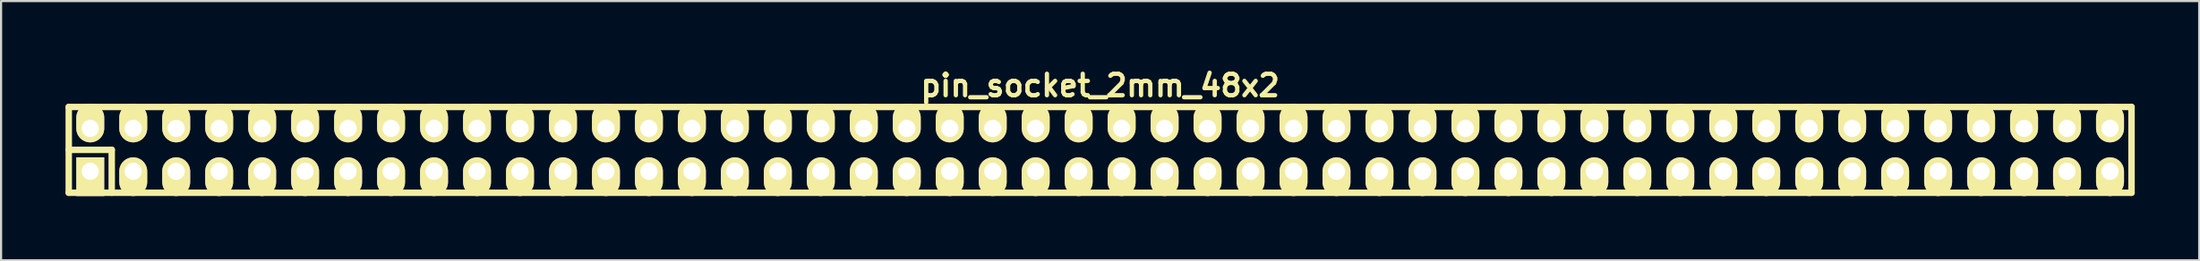
<source format=kicad_pcb>
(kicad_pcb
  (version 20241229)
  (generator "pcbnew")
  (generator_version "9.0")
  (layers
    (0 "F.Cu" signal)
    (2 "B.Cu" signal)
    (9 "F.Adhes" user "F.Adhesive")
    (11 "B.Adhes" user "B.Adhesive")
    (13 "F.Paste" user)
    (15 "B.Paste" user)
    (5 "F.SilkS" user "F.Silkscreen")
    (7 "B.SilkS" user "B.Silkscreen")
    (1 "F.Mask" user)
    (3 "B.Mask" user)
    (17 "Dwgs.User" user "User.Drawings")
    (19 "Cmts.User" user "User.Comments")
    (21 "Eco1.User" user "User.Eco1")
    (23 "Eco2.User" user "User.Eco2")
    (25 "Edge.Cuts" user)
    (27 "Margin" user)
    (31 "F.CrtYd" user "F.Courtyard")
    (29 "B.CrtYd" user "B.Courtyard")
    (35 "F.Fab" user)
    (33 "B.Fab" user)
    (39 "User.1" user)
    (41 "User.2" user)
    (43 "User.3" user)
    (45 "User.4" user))
  (footprint "pin_socket_2mm_48x2"
    (layer "F.Cu")
    (at 48.15 3.936)
    (property "Reference" "pin_socket_2mm_48x2" (at 0 -3 0) (layer "F.SilkS") (effects (font (size 1 1) (thickness 0.2))))
    (attr through_hole)
    (fp_line (start -48 -2) (end 48 -2) (stroke (width 0.3) (type solid)) (layer "F.SilkS"))
    (fp_line (start -48 0) (end -46 0) (stroke (width 0.3) (type solid)) (layer "F.SilkS"))
    (fp_line (start -48 2) (end -48 -2) (stroke (width 0.3) (type solid)) (layer "F.SilkS"))
    (fp_line (start -46 0) (end -46 2) (stroke (width 0.3) (type solid)) (layer "F.SilkS"))
    (fp_line (start 48 -2) (end 48 2) (stroke (width 0.3) (type solid)) (layer "F.SilkS"))
    (fp_line (start 48 2) (end -48 2) (stroke (width 0.3) (type solid)) (layer "F.SilkS"))
    (pad "1" thru_hole rect (at -47 1) (size 1.3 1.8) (drill 0.8 (offset 0 0.25)) (layers "*.Cu" "*.Mask" "F.SilkS"))
    (pad "2" thru_hole oval (at -47 -1) (size 1.3 1.8) (drill 0.8 (offset 0 -0.25)) (layers "*.Cu" "*.Mask" "F.SilkS"))
    (pad "3" thru_hole oval (at -45 1) (size 1.3 1.8) (drill 0.8 (offset 0 0.25)) (layers "*.Cu" "*.Mask" "F.SilkS"))
    (pad "4" thru_hole oval (at -45 -1) (size 1.3 1.8) (drill 0.8 (offset 0 -0.25)) (layers "*.Cu" "*.Mask" "F.SilkS"))
    (pad "5" thru_hole oval (at -43 1) (size 1.3 1.8) (drill 0.8 (offset 0 0.25)) (layers "*.Cu" "*.Mask" "F.SilkS"))
    (pad "6" thru_hole oval (at -43 -1) (size 1.3 1.8) (drill 0.8 (offset 0 -0.25)) (layers "*.Cu" "*.Mask" "F.SilkS"))
    (pad "7" thru_hole oval (at -41 1) (size 1.3 1.8) (drill 0.8 (offset 0 0.25)) (layers "*.Cu" "*.Mask" "F.SilkS"))
    (pad "8" thru_hole oval (at -41 -1) (size 1.3 1.8) (drill 0.8 (offset 0 -0.25)) (layers "*.Cu" "*.Mask" "F.SilkS"))
    (pad "9" thru_hole oval (at -39 1) (size 1.3 1.8) (drill 0.8 (offset 0 0.25)) (layers "*.Cu" "*.Mask" "F.SilkS"))
    (pad "10" thru_hole oval (at -39 -1) (size 1.3 1.8) (drill 0.8 (offset 0 -0.25)) (layers "*.Cu" "*.Mask" "F.SilkS"))
    (pad "11" thru_hole oval (at -37 1) (size 1.3 1.8) (drill 0.8 (offset 0 0.25)) (layers "*.Cu" "*.Mask" "F.SilkS"))
    (pad "12" thru_hole oval (at -37 -1) (size 1.3 1.8) (drill 0.8 (offset 0 -0.25)) (layers "*.Cu" "*.Mask" "F.SilkS"))
    (pad "13" thru_hole oval (at -35 1) (size 1.3 1.8) (drill 0.8 (offset 0 0.25)) (layers "*.Cu" "*.Mask" "F.SilkS"))
    (pad "14" thru_hole oval (at -35 -1) (size 1.3 1.8) (drill 0.8 (offset 0 -0.25)) (layers "*.Cu" "*.Mask" "F.SilkS"))
    (pad "15" thru_hole oval (at -33 1) (size 1.3 1.8) (drill 0.8 (offset 0 0.25)) (layers "*.Cu" "*.Mask" "F.SilkS"))
    (pad "16" thru_hole oval (at -33 -1) (size 1.3 1.8) (drill 0.8 (offset 0 -0.25)) (layers "*.Cu" "*.Mask" "F.SilkS"))
    (pad "17" thru_hole oval (at -31 1) (size 1.3 1.8) (drill 0.8 (offset 0 0.25)) (layers "*.Cu" "*.Mask" "F.SilkS"))
    (pad "18" thru_hole oval (at -31 -1) (size 1.3 1.8) (drill 0.8 (offset 0 -0.25)) (layers "*.Cu" "*.Mask" "F.SilkS"))
    (pad "19" thru_hole oval (at -29 1) (size 1.3 1.8) (drill 0.8 (offset 0 0.25)) (layers "*.Cu" "*.Mask" "F.SilkS"))
    (pad "20" thru_hole oval (at -29 -1) (size 1.3 1.8) (drill 0.8 (offset 0 -0.25)) (layers "*.Cu" "*.Mask" "F.SilkS"))
    (pad "21" thru_hole oval (at -27 1) (size 1.3 1.8) (drill 0.8 (offset 0 0.25)) (layers "*.Cu" "*.Mask" "F.SilkS"))
    (pad "22" thru_hole oval (at -27 -1) (size 1.3 1.8) (drill 0.8 (offset 0 -0.25)) (layers "*.Cu" "*.Mask" "F.SilkS"))
    (pad "23" thru_hole oval (at -25 1) (size 1.3 1.8) (drill 0.8 (offset 0 0.25)) (layers "*.Cu" "*.Mask" "F.SilkS"))
    (pad "24" thru_hole oval (at -25 -1) (size 1.3 1.8) (drill 0.8 (offset 0 -0.25)) (layers "*.Cu" "*.Mask" "F.SilkS"))
    (pad "25" thru_hole oval (at -23 1) (size 1.3 1.8) (drill 0.8 (offset 0 0.25)) (layers "*.Cu" "*.Mask" "F.SilkS"))
    (pad "26" thru_hole oval (at -23 -1) (size 1.3 1.8) (drill 0.8 (offset 0 -0.25)) (layers "*.Cu" "*.Mask" "F.SilkS"))
    (pad "27" thru_hole oval (at -21 1) (size 1.3 1.8) (drill 0.8 (offset 0 0.25)) (layers "*.Cu" "*.Mask" "F.SilkS"))
    (pad "28" thru_hole oval (at -21 -1) (size 1.3 1.8) (drill 0.8 (offset 0 -0.25)) (layers "*.Cu" "*.Mask" "F.SilkS"))
    (pad "29" thru_hole oval (at -19 1) (size 1.3 1.8) (drill 0.8 (offset 0 0.25)) (layers "*.Cu" "*.Mask" "F.SilkS"))
    (pad "30" thru_hole oval (at -19 -1) (size 1.3 1.8) (drill 0.8 (offset 0 -0.25)) (layers "*.Cu" "*.Mask" "F.SilkS"))
    (pad "31" thru_hole oval (at -17 1) (size 1.3 1.8) (drill 0.8 (offset 0 0.25)) (layers "*.Cu" "*.Mask" "F.SilkS"))
    (pad "32" thru_hole oval (at -17 -1) (size 1.3 1.8) (drill 0.8 (offset 0 -0.25)) (layers "*.Cu" "*.Mask" "F.SilkS"))
    (pad "33" thru_hole oval (at -15 1) (size 1.3 1.8) (drill 0.8 (offset 0 0.25)) (layers "*.Cu" "*.Mask" "F.SilkS"))
    (pad "34" thru_hole oval (at -15 -1) (size 1.3 1.8) (drill 0.8 (offset 0 -0.25)) (layers "*.Cu" "*.Mask" "F.SilkS"))
    (pad "35" thru_hole oval (at -13 1) (size 1.3 1.8) (drill 0.8 (offset 0 0.25)) (layers "*.Cu" "*.Mask" "F.SilkS"))
    (pad "36" thru_hole oval (at -13 -1) (size 1.3 1.8) (drill 0.8 (offset 0 -0.25)) (layers "*.Cu" "*.Mask" "F.SilkS"))
    (pad "37" thru_hole oval (at -11 1) (size 1.3 1.8) (drill 0.8 (offset 0 0.25)) (layers "*.Cu" "*.Mask" "F.SilkS"))
    (pad "38" thru_hole oval (at -11 -1) (size 1.3 1.8) (drill 0.8 (offset 0 -0.25)) (layers "*.Cu" "*.Mask" "F.SilkS"))
    (pad "39" thru_hole oval (at -9 1) (size 1.3 1.8) (drill 0.8 (offset 0 0.25)) (layers "*.Cu" "*.Mask" "F.SilkS"))
    (pad "40" thru_hole oval (at -9 -1) (size 1.3 1.8) (drill 0.8 (offset 0 -0.25)) (layers "*.Cu" "*.Mask" "F.SilkS"))
    (pad "41" thru_hole oval (at -7 1) (size 1.3 1.8) (drill 0.8 (offset 0 0.25)) (layers "*.Cu" "*.Mask" "F.SilkS"))
    (pad "42" thru_hole oval (at -7 -1) (size 1.3 1.8) (drill 0.8 (offset 0 -0.25)) (layers "*.Cu" "*.Mask" "F.SilkS"))
    (pad "43" thru_hole oval (at -5 1) (size 1.3 1.8) (drill 0.8 (offset 0 0.25)) (layers "*.Cu" "*.Mask" "F.SilkS"))
    (pad "44" thru_hole oval (at -5 -1) (size 1.3 1.8) (drill 0.8 (offset 0 -0.25)) (layers "*.Cu" "*.Mask" "F.SilkS"))
    (pad "45" thru_hole oval (at -3 1) (size 1.3 1.8) (drill 0.8 (offset 0 0.25)) (layers "*.Cu" "*.Mask" "F.SilkS"))
    (pad "46" thru_hole oval (at -3 -1) (size 1.3 1.8) (drill 0.8 (offset 0 -0.25)) (layers "*.Cu" "*.Mask" "F.SilkS"))
    (pad "47" thru_hole oval (at -1 1) (size 1.3 1.8) (drill 0.8 (offset 0 0.25)) (layers "*.Cu" "*.Mask" "F.SilkS"))
    (pad "48" thru_hole oval (at -1 -1) (size 1.3 1.8) (drill 0.8 (offset 0 -0.25)) (layers "*.Cu" "*.Mask" "F.SilkS"))
    (pad "49" thru_hole oval (at 1 1) (size 1.3 1.8) (drill 0.8 (offset 0 0.25)) (layers "*.Cu" "*.Mask" "F.SilkS"))
    (pad "50" thru_hole oval (at 1 -1) (size 1.3 1.8) (drill 0.8 (offset 0 -0.25)) (layers "*.Cu" "*.Mask" "F.SilkS"))
    (pad "51" thru_hole oval (at 3 1) (size 1.3 1.8) (drill 0.8 (offset 0 0.25)) (layers "*.Cu" "*.Mask" "F.SilkS"))
    (pad "52" thru_hole oval (at 3 -1) (size 1.3 1.8) (drill 0.8 (offset 0 -0.25)) (layers "*.Cu" "*.Mask" "F.SilkS"))
    (pad "53" thru_hole oval (at 5 1) (size 1.3 1.8) (drill 0.8 (offset 0 0.25)) (layers "*.Cu" "*.Mask" "F.SilkS"))
    (pad "54" thru_hole oval (at 5 -1) (size 1.3 1.8) (drill 0.8 (offset 0 -0.25)) (layers "*.Cu" "*.Mask" "F.SilkS"))
    (pad "55" thru_hole oval (at 7 1) (size 1.3 1.8) (drill 0.8 (offset 0 0.25)) (layers "*.Cu" "*.Mask" "F.SilkS"))
    (pad "56" thru_hole oval (at 7 -1) (size 1.3 1.8) (drill 0.8 (offset 0 -0.25)) (layers "*.Cu" "*.Mask" "F.SilkS"))
    (pad "57" thru_hole oval (at 9 1) (size 1.3 1.8) (drill 0.8 (offset 0 0.25)) (layers "*.Cu" "*.Mask" "F.SilkS"))
    (pad "58" thru_hole oval (at 9 -1) (size 1.3 1.8) (drill 0.8 (offset 0 -0.25)) (layers "*.Cu" "*.Mask" "F.SilkS"))
    (pad "59" thru_hole oval (at 11 1) (size 1.3 1.8) (drill 0.8 (offset 0 0.25)) (layers "*.Cu" "*.Mask" "F.SilkS"))
    (pad "60" thru_hole oval (at 11 -1) (size 1.3 1.8) (drill 0.8 (offset 0 -0.25)) (layers "*.Cu" "*.Mask" "F.SilkS"))
    (pad "61" thru_hole oval (at 13 1) (size 1.3 1.8) (drill 0.8 (offset 0 0.25)) (layers "*.Cu" "*.Mask" "F.SilkS"))
    (pad "62" thru_hole oval (at 13 -1) (size 1.3 1.8) (drill 0.8 (offset 0 -0.25)) (layers "*.Cu" "*.Mask" "F.SilkS"))
    (pad "63" thru_hole oval (at 15 1) (size 1.3 1.8) (drill 0.8 (offset 0 0.25)) (layers "*.Cu" "*.Mask" "F.SilkS"))
    (pad "64" thru_hole oval (at 15 -1) (size 1.3 1.8) (drill 0.8 (offset 0 -0.25)) (layers "*.Cu" "*.Mask" "F.SilkS"))
    (pad "65" thru_hole oval (at 17 1) (size 1.3 1.8) (drill 0.8 (offset 0 0.25)) (layers "*.Cu" "*.Mask" "F.SilkS"))
    (pad "66" thru_hole oval (at 17 -1) (size 1.3 1.8) (drill 0.8 (offset 0 -0.25)) (layers "*.Cu" "*.Mask" "F.SilkS"))
    (pad "67" thru_hole oval (at 19 1) (size 1.3 1.8) (drill 0.8 (offset 0 0.25)) (layers "*.Cu" "*.Mask" "F.SilkS"))
    (pad "68" thru_hole oval (at 19 -1) (size 1.3 1.8) (drill 0.8 (offset 0 -0.25)) (layers "*.Cu" "*.Mask" "F.SilkS"))
    (pad "69" thru_hole oval (at 21 1) (size 1.3 1.8) (drill 0.8 (offset 0 0.25)) (layers "*.Cu" "*.Mask" "F.SilkS"))
    (pad "70" thru_hole oval (at 21 -1) (size 1.3 1.8) (drill 0.8 (offset 0 -0.25)) (layers "*.Cu" "*.Mask" "F.SilkS"))
    (pad "71" thru_hole oval (at 23 1) (size 1.3 1.8) (drill 0.8 (offset 0 0.25)) (layers "*.Cu" "*.Mask" "F.SilkS"))
    (pad "72" thru_hole oval (at 23 -1) (size 1.3 1.8) (drill 0.8 (offset 0 -0.25)) (layers "*.Cu" "*.Mask" "F.SilkS"))
    (pad "73" thru_hole oval (at 25 1) (size 1.3 1.8) (drill 0.8 (offset 0 0.25)) (layers "*.Cu" "*.Mask" "F.SilkS"))
    (pad "74" thru_hole oval (at 25 -1) (size 1.3 1.8) (drill 0.8 (offset 0 -0.25)) (layers "*.Cu" "*.Mask" "F.SilkS"))
    (pad "75" thru_hole oval (at 27 1) (size 1.3 1.8) (drill 0.8 (offset 0 0.25)) (layers "*.Cu" "*.Mask" "F.SilkS"))
    (pad "76" thru_hole oval (at 27 -1) (size 1.3 1.8) (drill 0.8 (offset 0 -0.25)) (layers "*.Cu" "*.Mask" "F.SilkS"))
    (pad "77" thru_hole oval (at 29 1) (size 1.3 1.8) (drill 0.8 (offset 0 0.25)) (layers "*.Cu" "*.Mask" "F.SilkS"))
    (pad "78" thru_hole oval (at 29 -1) (size 1.3 1.8) (drill 0.8 (offset 0 -0.25)) (layers "*.Cu" "*.Mask" "F.SilkS"))
    (pad "79" thru_hole oval (at 31 1) (size 1.3 1.8) (drill 0.8 (offset 0 0.25)) (layers "*.Cu" "*.Mask" "F.SilkS"))
    (pad "80" thru_hole oval (at 31 -1) (size 1.3 1.8) (drill 0.8 (offset 0 -0.25)) (layers "*.Cu" "*.Mask" "F.SilkS"))
    (pad "81" thru_hole oval (at 33 1) (size 1.3 1.8) (drill 0.8 (offset 0 0.25)) (layers "*.Cu" "*.Mask" "F.SilkS"))
    (pad "82" thru_hole oval (at 33 -1) (size 1.3 1.8) (drill 0.8 (offset 0 -0.25)) (layers "*.Cu" "*.Mask" "F.SilkS"))
    (pad "83" thru_hole oval (at 35 1) (size 1.3 1.8) (drill 0.8 (offset 0 0.25)) (layers "*.Cu" "*.Mask" "F.SilkS"))
    (pad "84" thru_hole oval (at 35 -1) (size 1.3 1.8) (drill 0.8 (offset 0 -0.25)) (layers "*.Cu" "*.Mask" "F.SilkS"))
    (pad "85" thru_hole oval (at 37 1) (size 1.3 1.8) (drill 0.8 (offset 0 0.25)) (layers "*.Cu" "*.Mask" "F.SilkS"))
    (pad "86" thru_hole oval (at 37 -1) (size 1.3 1.8) (drill 0.8 (offset 0 -0.25)) (layers "*.Cu" "*.Mask" "F.SilkS"))
    (pad "87" thru_hole oval (at 39 1) (size 1.3 1.8) (drill 0.8 (offset 0 0.25)) (layers "*.Cu" "*.Mask" "F.SilkS"))
    (pad "88" thru_hole oval (at 39 -1) (size 1.3 1.8) (drill 0.8 (offset 0 -0.25)) (layers "*.Cu" "*.Mask" "F.SilkS"))
    (pad "89" thru_hole oval (at 41 1) (size 1.3 1.8) (drill 0.8 (offset 0 0.25)) (layers "*.Cu" "*.Mask" "F.SilkS"))
    (pad "90" thru_hole oval (at 41 -1) (size 1.3 1.8) (drill 0.8 (offset 0 -0.25)) (layers "*.Cu" "*.Mask" "F.SilkS"))
    (pad "91" thru_hole oval (at 43 1) (size 1.3 1.8) (drill 0.8 (offset 0 0.25)) (layers "*.Cu" "*.Mask" "F.SilkS"))
    (pad "92" thru_hole oval (at 43 -1) (size 1.3 1.8) (drill 0.8 (offset 0 -0.25)) (layers "*.Cu" "*.Mask" "F.SilkS"))
    (pad "93" thru_hole oval (at 45 1) (size 1.3 1.8) (drill 0.8 (offset 0 0.25)) (layers "*.Cu" "*.Mask" "F.SilkS"))
    (pad "94" thru_hole oval (at 45 -1) (size 1.3 1.8) (drill 0.8 (offset 0 -0.25)) (layers "*.Cu" "*.Mask" "F.SilkS"))
    (pad "95" thru_hole oval (at 47 1) (size 1.3 1.8) (drill 0.8 (offset 0 0.25)) (layers "*.Cu" "*.Mask" "F.SilkS"))
    (pad "96" thru_hole oval (at 47 -1) (size 1.3 1.8) (drill 0.8 (offset 0 -0.25)) (layers "*.Cu" "*.Mask" "F.SilkS")))
  (gr_rect
    (start -3 -3)
    (end 99.3 9.086)
    (stroke (width 0.1) (type default))
    (fill no)
    (layer "Edge.Cuts")))
</source>
